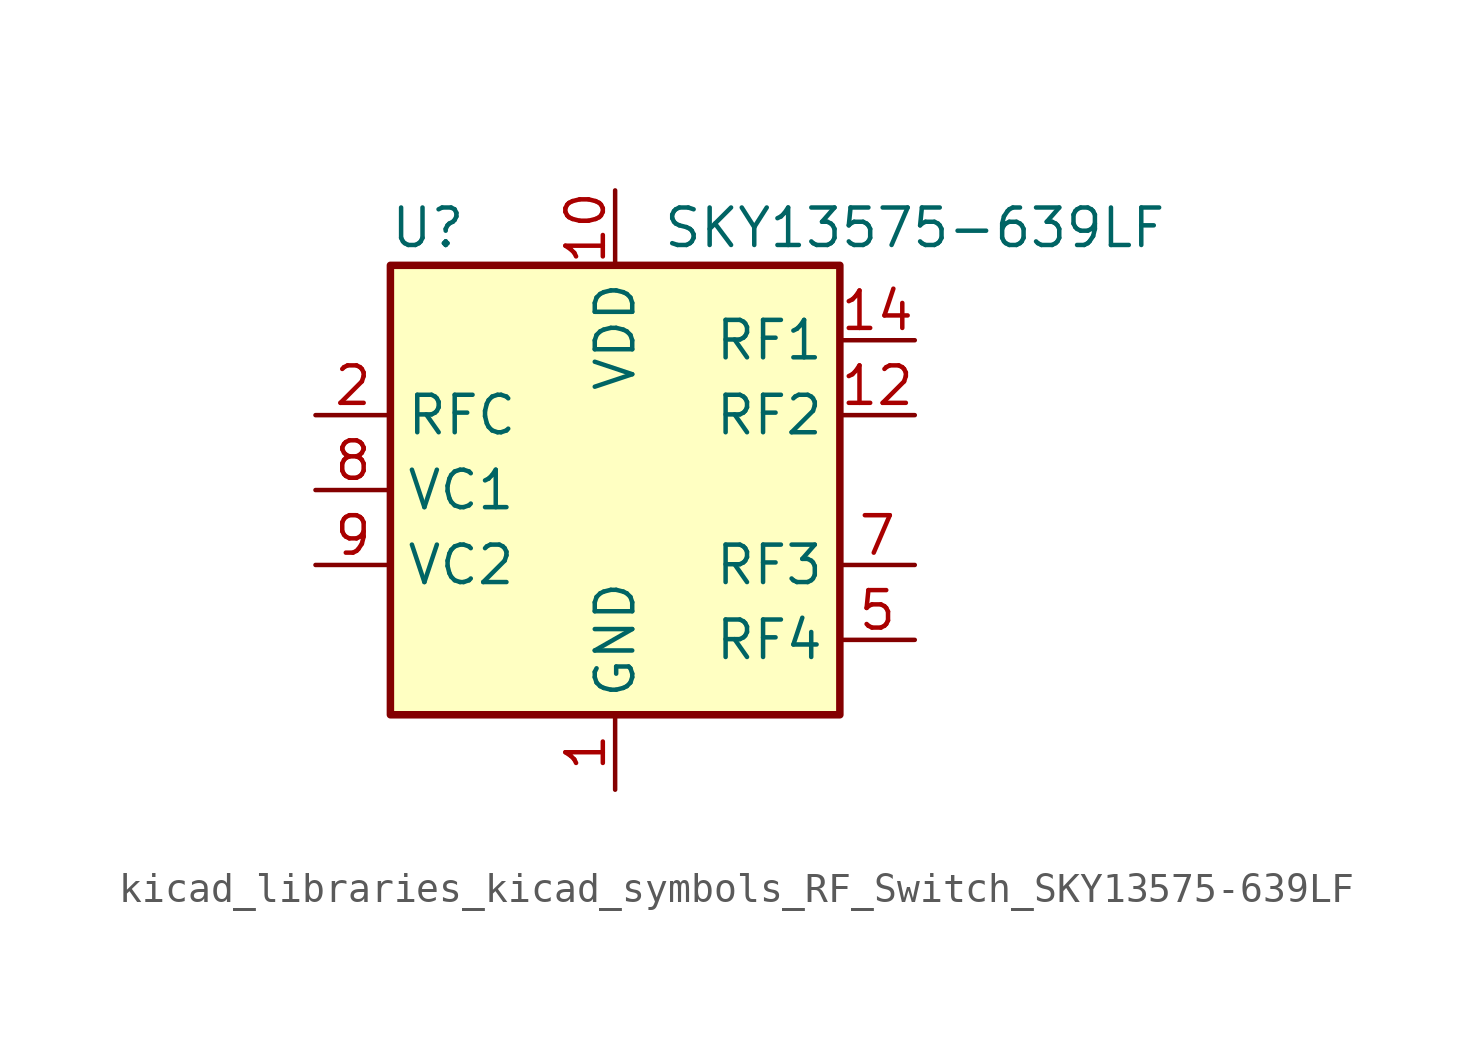
<source format=kicad_sym>
(kicad_symbol_lib
  (version 20220914)
  (generator kicad_symbol_editor)
  (symbol "kicad_libraries_kicad_symbols_RF_Switch_SKY13575-639LF"
    (property "Reference" "U"
      (at -6.35 8.89 0)
      (effects (font (size 1.27 1.27))))
    (property "Value" "SKY13575-639LF"
      (at 10.16 8.89 0)
      (effects (font (size 1.27 1.27))))
    (symbol "kicad_libraries_kicad_symbols_RF_Switch_SKY13575-639LF_0_1"
      (rectangle (start -7.62 7.62) (end 7.62 -7.62) (stroke (width 0.254) (type default)) (fill (type background))))
    (symbol "kicad_libraries_kicad_symbols_RF_Switch_SKY13575-639LF_1_1"
      (pin power_in line (at 0 -10.16 90) (length 2.54) (name "GND" (effects (font (size 1.27 1.27)))) (number "1" (effects (font (size 1.27 1.27)))))
      (pin power_in line (at 0 10.16 270) (length 2.54) (name "VDD" (effects (font (size 1.27 1.27)))) (number "10" (effects (font (size 1.27 1.27)))))
      (pin passive line (at 0 -10.16 90) (length 2.54) hide (name "GND" (effects (font (size 1.27 1.27)))) (number "11" (effects (font (size 1.27 1.27)))))
      (pin passive line (at 10.16 2.54 180) (length 2.54) (name "RF2" (effects (font (size 1.27 1.27)))) (number "12" (effects (font (size 1.27 1.27)))))
      (pin passive line (at 0 -10.16 90) (length 2.54) hide (name "GND" (effects (font (size 1.27 1.27)))) (number "13" (effects (font (size 1.27 1.27)))))
      (pin passive line (at 10.16 5.08 180) (length 2.54) (name "RF1" (effects (font (size 1.27 1.27)))) (number "14" (effects (font (size 1.27 1.27)))))
      (pin passive line (at 0 -10.16 90) (length 2.54) hide (name "GND" (effects (font (size 1.27 1.27)))) (number "15" (effects (font (size 1.27 1.27)))))
      (pin passive line (at -10.16 2.54 0) (length 2.54) (name "RFC" (effects (font (size 1.27 1.27)))) (number "2" (effects (font (size 1.27 1.27)))))
      (pin passive line (at 0 -10.16 90) (length 2.54) hide (name "GND" (effects (font (size 1.27 1.27)))) (number "3" (effects (font (size 1.27 1.27)))))
      (pin passive line (at 0 -10.16 90) (length 2.54) hide (name "GND" (effects (font (size 1.27 1.27)))) (number "4" (effects (font (size 1.27 1.27)))))
      (pin passive line (at 10.16 -5.08 180) (length 2.54) (name "RF4" (effects (font (size 1.27 1.27)))) (number "5" (effects (font (size 1.27 1.27)))))
      (pin passive line (at 0 -10.16 90) (length 2.54) hide (name "GND" (effects (font (size 1.27 1.27)))) (number "6" (effects (font (size 1.27 1.27)))))
      (pin passive line (at 10.16 -2.54 180) (length 2.54) (name "RF3" (effects (font (size 1.27 1.27)))) (number "7" (effects (font (size 1.27 1.27)))))
      (pin input line (at -10.16 0 0) (length 2.54) (name "VC1" (effects (font (size 1.27 1.27)))) (number "8" (effects (font (size 1.27 1.27)))))
      (pin input line (at -10.16 -2.54 0) (length 2.54) (name "VC2" (effects (font (size 1.27 1.27)))) (number "9" (effects (font (size 1.27 1.27))))))))
</source>
